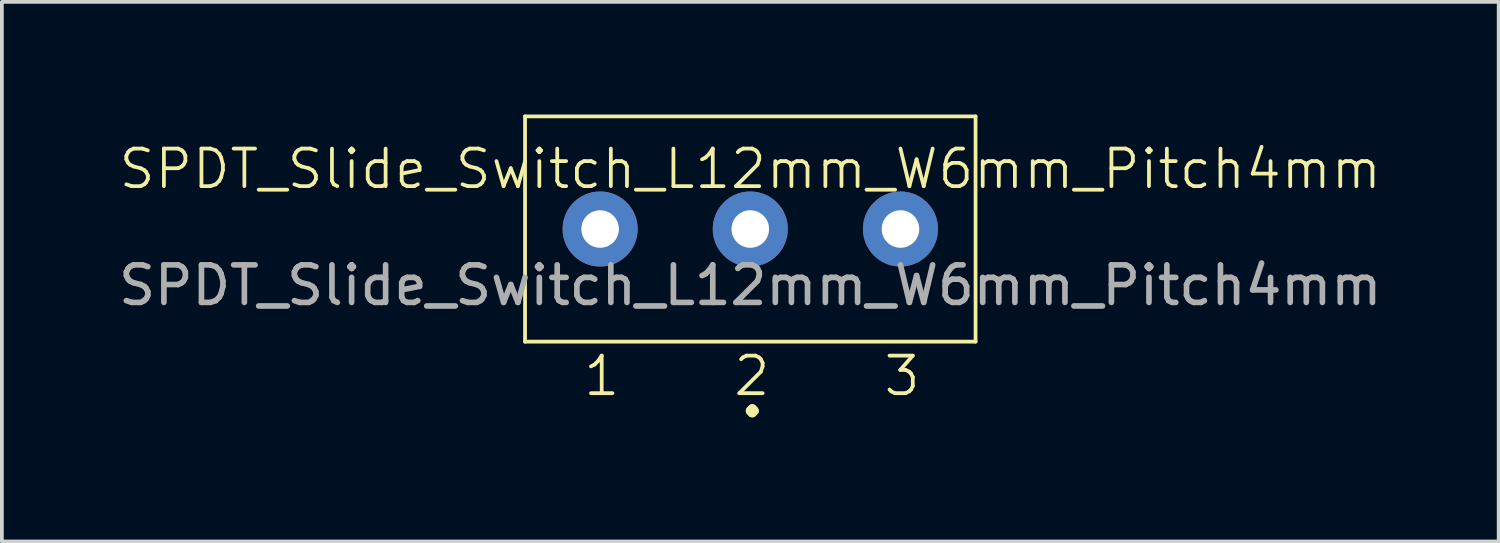
<source format=kicad_pcb>
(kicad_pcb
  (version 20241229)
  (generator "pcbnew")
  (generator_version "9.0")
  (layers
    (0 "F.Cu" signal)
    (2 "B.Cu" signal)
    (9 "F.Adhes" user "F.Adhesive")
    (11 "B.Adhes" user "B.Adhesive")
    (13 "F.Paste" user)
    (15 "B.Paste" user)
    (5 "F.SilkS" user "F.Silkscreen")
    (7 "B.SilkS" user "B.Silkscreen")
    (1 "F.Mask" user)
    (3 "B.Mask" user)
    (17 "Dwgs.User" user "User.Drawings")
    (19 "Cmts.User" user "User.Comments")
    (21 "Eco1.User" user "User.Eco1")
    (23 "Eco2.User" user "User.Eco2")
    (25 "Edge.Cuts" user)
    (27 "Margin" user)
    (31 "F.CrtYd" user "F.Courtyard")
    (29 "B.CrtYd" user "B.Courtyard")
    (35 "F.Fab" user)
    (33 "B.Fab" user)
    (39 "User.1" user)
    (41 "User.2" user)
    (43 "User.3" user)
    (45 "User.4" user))
  (footprint "SPDT_Slide_Switch_L12mm_W6mm_Pitch4mm"
    (layer "F.Cu")
    (at 16.935 2.05)
    (property "Reference" "SPDT_Slide_Switch_L12mm_W6mm_Pitch4mm" (at 0 -0.6 0) (unlocked yes) (layer "F.SilkS") (effects (font (size 1 1) (thickness 0.1))))
    (attr through_hole)
    (fp_rect (start -6 -2) (end -6 4) (stroke (width 0.1) (type default)) (fill no) (layer "F.SilkS"))
    (fp_rect (start -6 -2) (end 6 -2) (stroke (width 0.1) (type default)) (fill no) (layer "F.SilkS"))
    (fp_rect (start -6 4) (end 6 4) (stroke (width 0.1) (type default)) (fill no) (layer "F.SilkS"))
    (fp_rect (start 6 -2) (end 6 4) (stroke (width 0.1) (type default)) (fill no) (layer "F.SilkS"))
    (fp_text user "3" (at 3.5 5.5 0) (unlocked yes) (layer "F.SilkS") (effects (font (size 1 1) (thickness 0.1)) (justify left bottom)))
    (fp_text user "1" (at -4.5 5.5 0) (unlocked yes) (layer "F.SilkS") (effects (font (size 1 1) (thickness 0.1)) (justify left bottom)))
    (fp_text user "." (at -0.35 6.025 0) (unlocked yes) (layer "F.SilkS") (effects (font (size 1 1) (thickness 0.25) (bold yes)) (justify left bottom)))
    (fp_text user "2" (at -0.5 5.5 0) (unlocked yes) (layer "F.SilkS") (effects (font (size 1 1) (thickness 0.1)) (justify left bottom)))
    (fp_text user "${REFERENCE}" (at 0 2.5 0) (unlocked yes) (layer "F.Fab") (effects (font (size 1 1) (thickness 0.15))))
    (pad "1" thru_hole circle (at -4 1) (size 2 2) (drill 1) (layers "*.Cu" "*.Mask"))
    (pad "2" thru_hole circle (at 0 1) (size 2 2) (drill 1) (layers "*.Cu" "*.Mask"))
    (pad "3" thru_hole circle (at 4 1) (size 2 2) (drill 1) (layers "*.Cu" "*.Mask")))
  (gr_rect
    (start -3 -3)
    (end 36.869 11.373)
    (stroke (width 0.1) (type default))
    (fill no)
    (layer "Edge.Cuts")))
</source>
